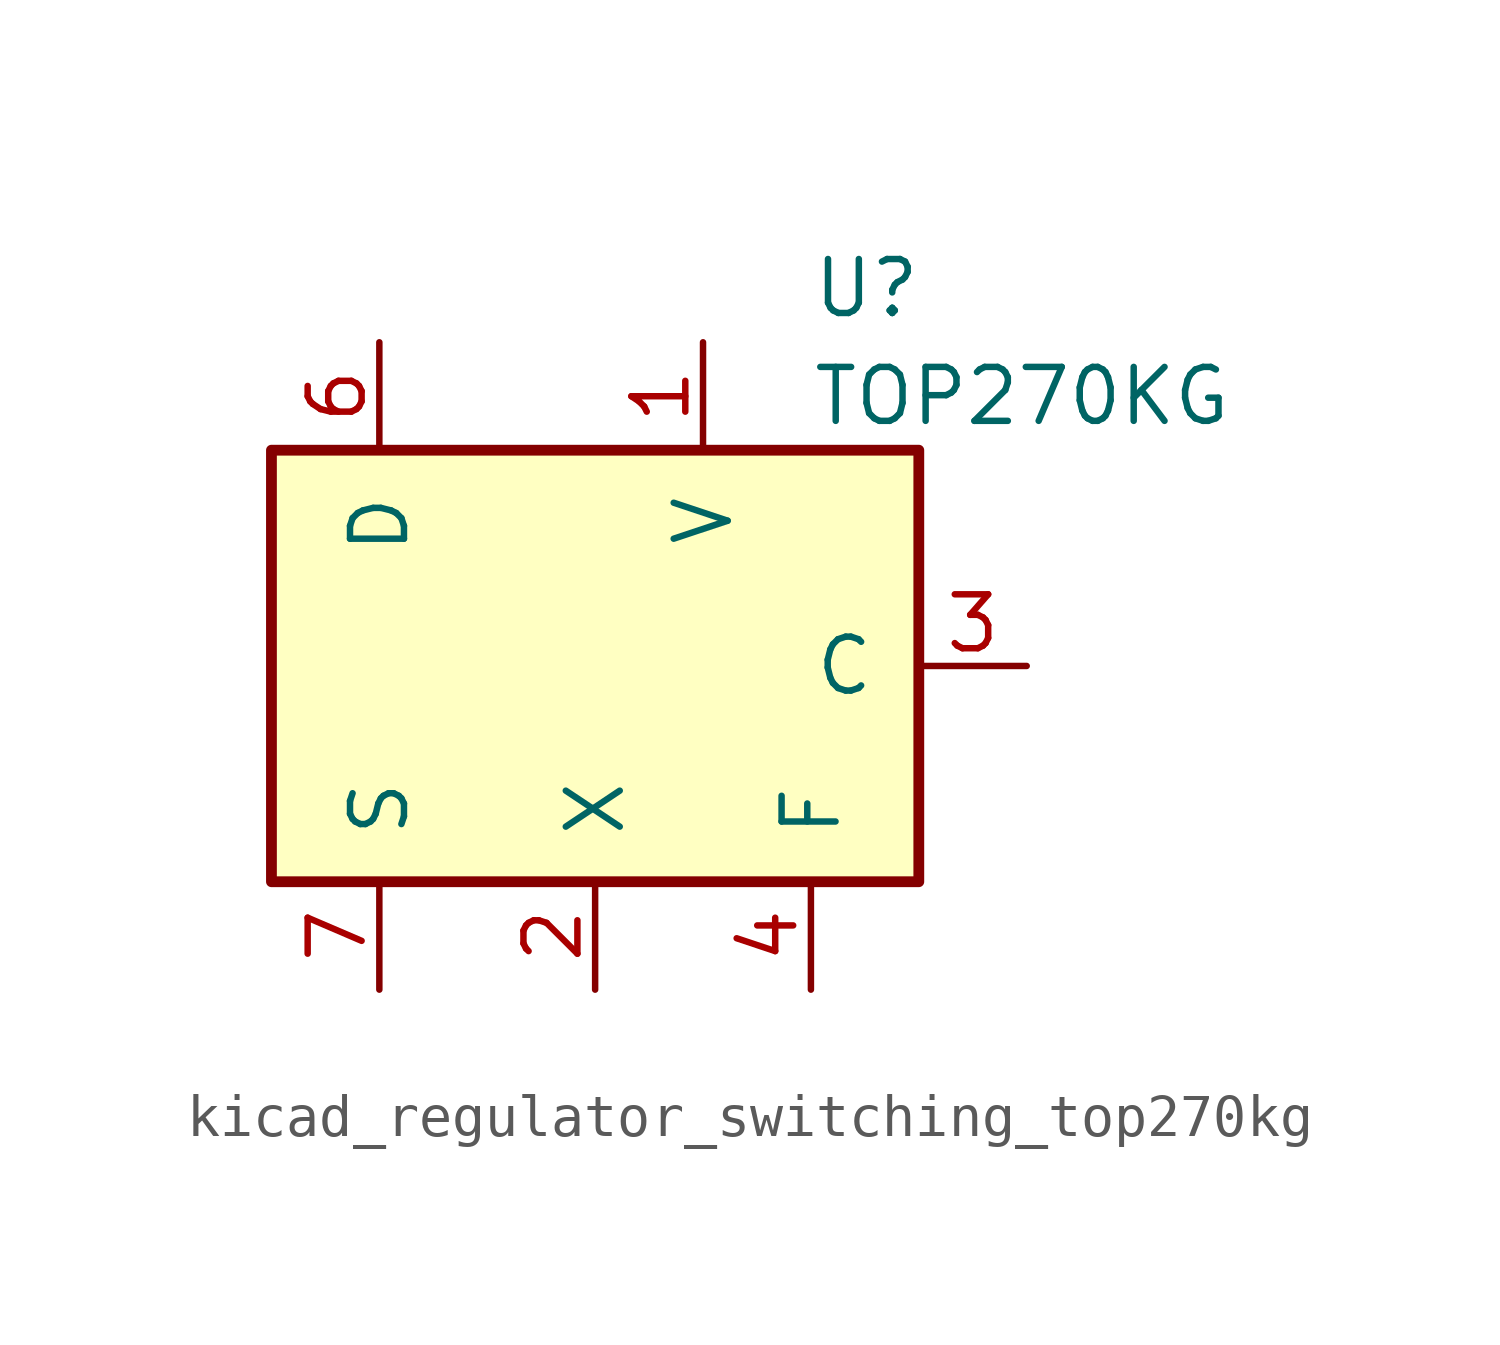
<source format=kicad_sym>
(kicad_symbol_lib
  (version 20220914)
  (generator kicad_symbol_editor)
  (symbol "kicad_regulator_switching_top270kg"
    (pin_names
      (offset 1.016))
    (property "Reference" "U"
      (at 5.08 8.89 0)
      (effects (font (size 1.27 1.27)) (justify left)))
    (property "Value" "TOP270KG"
      (at 5.08 6.35 0)
      (effects (font (size 1.27 1.27)) (justify left)))
    (symbol "kicad_regulator_switching_top270kg_0_1"
      (rectangle (start -7.62 5.08) (end 7.62 -5.08) (stroke (width 0.254) (type default)) (fill (type background))))
    (symbol "kicad_regulator_switching_top270kg_1_1"
      (pin input line (at 2.54 7.62 270) (length 2.54) (name "V" (effects (font (size 1.27 1.27)))) (number "1" (effects (font (size 1.27 1.27)))))
      (pin passive line (at -5.08 -7.62 90) (length 2.54) hide (name "S" (effects (font (size 1.27 1.27)))) (number "10" (effects (font (size 1.27 1.27)))))
      (pin passive line (at -5.08 -7.62 90) (length 2.54) hide (name "S" (effects (font (size 1.27 1.27)))) (number "11" (effects (font (size 1.27 1.27)))))
      (pin passive line (at -5.08 -7.62 90) (length 2.54) hide (name "S" (effects (font (size 1.27 1.27)))) (number "12" (effects (font (size 1.27 1.27)))))
      (pin input line (at 0 -7.62 90) (length 2.54) (name "X" (effects (font (size 1.27 1.27)))) (number "2" (effects (font (size 1.27 1.27)))))
      (pin input line (at 10.16 0 180) (length 2.54) (name "C" (effects (font (size 1.27 1.27)))) (number "3" (effects (font (size 1.27 1.27)))))
      (pin passive line (at 5.08 -7.62 90) (length 2.54) (name "F" (effects (font (size 1.27 1.27)))) (number "4" (effects (font (size 1.27 1.27)))))
      (pin open_collector line (at -5.08 7.62 270) (length 2.54) (name "D" (effects (font (size 1.27 1.27)))) (number "6" (effects (font (size 1.27 1.27)))))
      (pin power_in line (at -5.08 -7.62 90) (length 2.54) (name "S" (effects (font (size 1.27 1.27)))) (number "7" (effects (font (size 1.27 1.27)))))
      (pin passive line (at -5.08 -7.62 90) (length 2.54) hide (name "S" (effects (font (size 1.27 1.27)))) (number "8" (effects (font (size 1.27 1.27)))))
      (pin passive line (at -5.08 -7.62 90) (length 2.54) hide (name "S" (effects (font (size 1.27 1.27)))) (number "9" (effects (font (size 1.27 1.27))))))))
</source>
